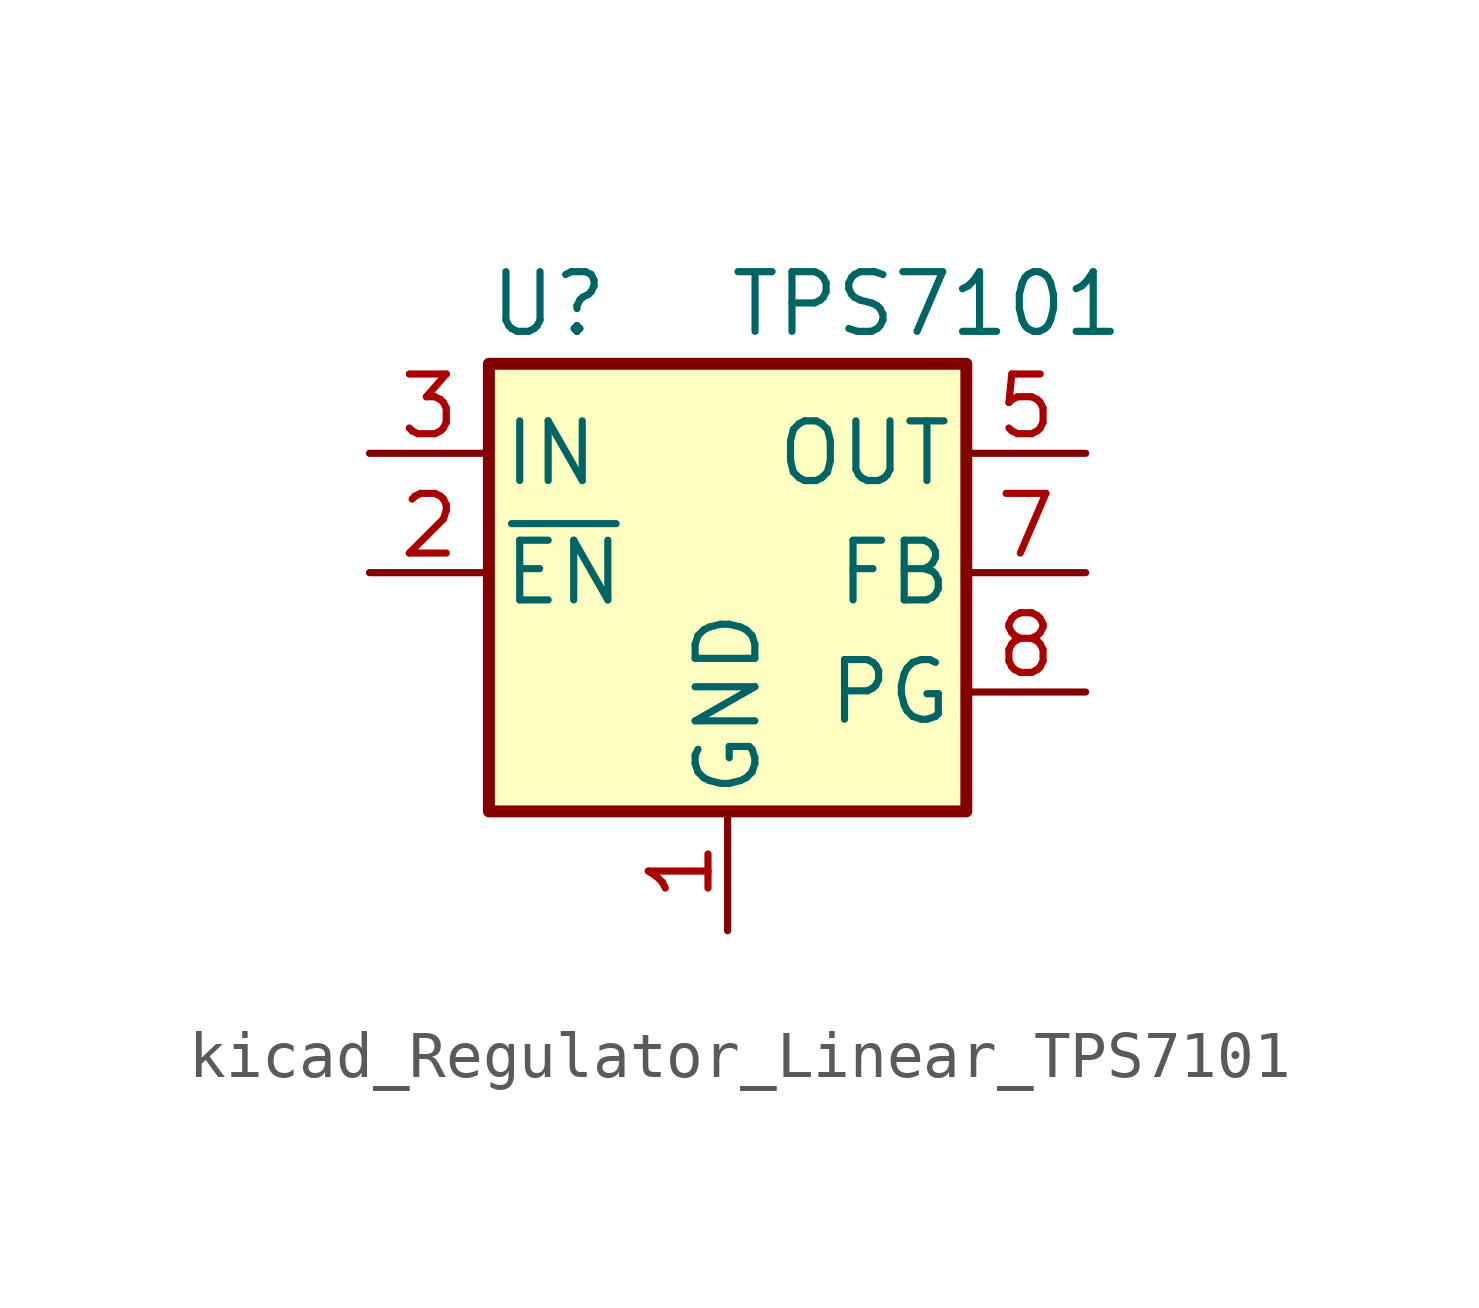
<source format=kicad_sym>
(kicad_symbol_lib
  (version 20220914)
  (generator kicad_symbol_editor)
  (symbol "kicad_Regulator_Linear_TPS7101"
    (pin_names
      (offset 0.254))
    (property "Reference" "U"
      (at -3.81 5.715 0)
      (effects (font (size 1.27 1.27))))
    (property "Value" "TPS7101"
      (at 0 5.715 0)
      (effects (font (size 1.27 1.27)) (justify left)))
    (symbol "kicad_Regulator_Linear_TPS7101_0_1"
      (rectangle (start -5.08 4.445) (end 5.08 -5.08) (stroke (width 0.254) (type default)) (fill (type background))))
    (symbol "kicad_Regulator_Linear_TPS7101_1_1"
      (pin power_in line (at 0 -7.62 90) (length 2.54) (name "GND" (effects (font (size 1.27 1.27)))) (number "1" (effects (font (size 1.27 1.27)))))
      (pin input line (at -7.62 0 0) (length 2.54) (name "~{EN}" (effects (font (size 1.27 1.27)))) (number "2" (effects (font (size 1.27 1.27)))))
      (pin power_in line (at -7.62 2.54 0) (length 2.54) (name "IN" (effects (font (size 1.27 1.27)))) (number "3" (effects (font (size 1.27 1.27)))))
      (pin passive line (at -7.62 2.54 0) (length 2.54) hide (name "IN" (effects (font (size 1.27 1.27)))) (number "4" (effects (font (size 1.27 1.27)))))
      (pin power_out line (at 7.62 2.54 180) (length 2.54) (name "OUT" (effects (font (size 1.27 1.27)))) (number "5" (effects (font (size 1.27 1.27)))))
      (pin passive line (at 7.62 2.54 180) (length 2.54) hide (name "OUT" (effects (font (size 1.27 1.27)))) (number "6" (effects (font (size 1.27 1.27)))))
      (pin input line (at 7.62 0 180) (length 2.54) (name "FB" (effects (font (size 1.27 1.27)))) (number "7" (effects (font (size 1.27 1.27)))))
      (pin output line (at 7.62 -2.54 180) (length 2.54) (name "PG" (effects (font (size 1.27 1.27)))) (number "8" (effects (font (size 1.27 1.27))))))))
</source>
